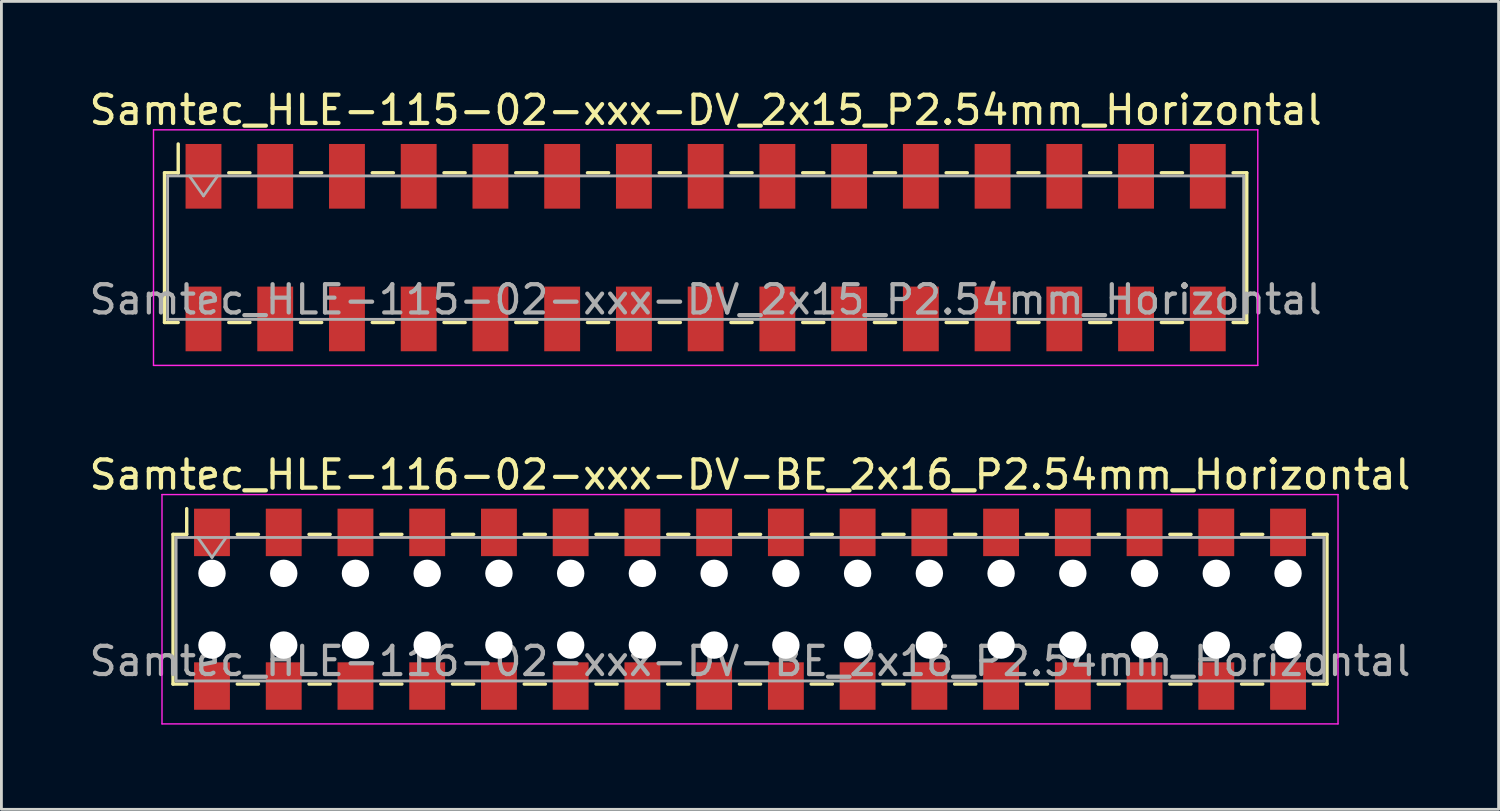
<source format=kicad_pcb>
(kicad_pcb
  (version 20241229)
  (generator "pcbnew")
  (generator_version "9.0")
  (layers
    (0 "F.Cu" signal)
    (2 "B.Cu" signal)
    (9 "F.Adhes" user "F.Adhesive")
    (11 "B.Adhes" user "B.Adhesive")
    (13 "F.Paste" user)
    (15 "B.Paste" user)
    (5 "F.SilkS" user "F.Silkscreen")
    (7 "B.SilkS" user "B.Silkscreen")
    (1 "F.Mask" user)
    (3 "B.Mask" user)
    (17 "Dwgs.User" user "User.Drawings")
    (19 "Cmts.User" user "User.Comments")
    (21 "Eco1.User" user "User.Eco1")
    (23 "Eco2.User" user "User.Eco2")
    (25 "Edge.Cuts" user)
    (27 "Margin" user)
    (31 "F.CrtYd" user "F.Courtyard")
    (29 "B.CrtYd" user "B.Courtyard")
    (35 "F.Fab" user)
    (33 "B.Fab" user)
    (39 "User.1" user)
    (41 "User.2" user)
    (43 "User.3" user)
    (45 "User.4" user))
  (footprint "Samtec_HLE-115-02-xxx-DV_2x15_P2.54mm_Horizontal"
    (layer "F.Cu")
    (at 21.935 5.718)
    (property "Reference" "Samtec_HLE-115-02-xxx-DV_2x15_P2.54mm_Horizontal" (at 0 -4.87 0) (layer "F.SilkS") (effects (font (size 1 1) (thickness 0.15))))
    (attr smd)
    (fp_line (start -19.16 -2.65) (end -19.16 2.65) (stroke (width 0.12) (type solid)) (layer "F.SilkS"))
    (fp_line (start -19.16 2.65) (end -18.675 2.65) (stroke (width 0.12) (type solid)) (layer "F.SilkS"))
    (fp_line (start -18.675 -3.67) (end -18.675 -2.65) (stroke (width 0.12) (type solid)) (layer "F.SilkS"))
    (fp_line (start -18.675 -2.65) (end -19.16 -2.65) (stroke (width 0.12) (type solid)) (layer "F.SilkS"))
    (fp_line (start -16.885 -2.65) (end -16.135 -2.65) (stroke (width 0.12) (type solid)) (layer "F.SilkS"))
    (fp_line (start -16.885 2.65) (end -16.135 2.65) (stroke (width 0.12) (type solid)) (layer "F.SilkS"))
    (fp_line (start -14.345 -2.65) (end -13.595 -2.65) (stroke (width 0.12) (type solid)) (layer "F.SilkS"))
    (fp_line (start -14.345 2.65) (end -13.595 2.65) (stroke (width 0.12) (type solid)) (layer "F.SilkS"))
    (fp_line (start -11.805 -2.65) (end -11.055 -2.65) (stroke (width 0.12) (type solid)) (layer "F.SilkS"))
    (fp_line (start -11.805 2.65) (end -11.055 2.65) (stroke (width 0.12) (type solid)) (layer "F.SilkS"))
    (fp_line (start -9.265 -2.65) (end -8.515 -2.65) (stroke (width 0.12) (type solid)) (layer "F.SilkS"))
    (fp_line (start -9.265 2.65) (end -8.515 2.65) (stroke (width 0.12) (type solid)) (layer "F.SilkS"))
    (fp_line (start -6.725 -2.65) (end -5.975 -2.65) (stroke (width 0.12) (type solid)) (layer "F.SilkS"))
    (fp_line (start -6.725 2.65) (end -5.975 2.65) (stroke (width 0.12) (type solid)) (layer "F.SilkS"))
    (fp_line (start -4.185 -2.65) (end -3.435 -2.65) (stroke (width 0.12) (type solid)) (layer "F.SilkS"))
    (fp_line (start -4.185 2.65) (end -3.435 2.65) (stroke (width 0.12) (type solid)) (layer "F.SilkS"))
    (fp_line (start -1.645 -2.65) (end -0.895 -2.65) (stroke (width 0.12) (type solid)) (layer "F.SilkS"))
    (fp_line (start -1.645 2.65) (end -0.895 2.65) (stroke (width 0.12) (type solid)) (layer "F.SilkS"))
    (fp_line (start 0.895 -2.65) (end 1.645 -2.65) (stroke (width 0.12) (type solid)) (layer "F.SilkS"))
    (fp_line (start 0.895 2.65) (end 1.645 2.65) (stroke (width 0.12) (type solid)) (layer "F.SilkS"))
    (fp_line (start 3.435 -2.65) (end 4.185 -2.65) (stroke (width 0.12) (type solid)) (layer "F.SilkS"))
    (fp_line (start 3.435 2.65) (end 4.185 2.65) (stroke (width 0.12) (type solid)) (layer "F.SilkS"))
    (fp_line (start 5.975 -2.65) (end 6.725 -2.65) (stroke (width 0.12) (type solid)) (layer "F.SilkS"))
    (fp_line (start 5.975 2.65) (end 6.725 2.65) (stroke (width 0.12) (type solid)) (layer "F.SilkS"))
    (fp_line (start 8.515 -2.65) (end 9.265 -2.65) (stroke (width 0.12) (type solid)) (layer "F.SilkS"))
    (fp_line (start 8.515 2.65) (end 9.265 2.65) (stroke (width 0.12) (type solid)) (layer "F.SilkS"))
    (fp_line (start 11.055 -2.65) (end 11.805 -2.65) (stroke (width 0.12) (type solid)) (layer "F.SilkS"))
    (fp_line (start 11.055 2.65) (end 11.805 2.65) (stroke (width 0.12) (type solid)) (layer "F.SilkS"))
    (fp_line (start 13.595 -2.65) (end 14.345 -2.65) (stroke (width 0.12) (type solid)) (layer "F.SilkS"))
    (fp_line (start 13.595 2.65) (end 14.345 2.65) (stroke (width 0.12) (type solid)) (layer "F.SilkS"))
    (fp_line (start 16.135 -2.65) (end 16.885 -2.65) (stroke (width 0.12) (type solid)) (layer "F.SilkS"))
    (fp_line (start 16.135 2.65) (end 16.885 2.65) (stroke (width 0.12) (type solid)) (layer "F.SilkS"))
    (fp_line (start 18.675 -2.65) (end 19.16 -2.65) (stroke (width 0.12) (type solid)) (layer "F.SilkS"))
    (fp_line (start 19.16 -2.65) (end 19.16 2.65) (stroke (width 0.12) (type solid)) (layer "F.SilkS"))
    (fp_line (start 19.16 2.65) (end 18.675 2.65) (stroke (width 0.12) (type solid)) (layer "F.SilkS"))
    (fp_line (start -19.55 -4.17) (end 19.55 -4.17) (stroke (width 0.05) (type solid)) (layer "F.CrtYd"))
    (fp_line (start -19.55 4.17) (end -19.55 -4.17) (stroke (width 0.05) (type solid)) (layer "F.CrtYd"))
    (fp_line (start 19.55 -4.17) (end 19.55 4.17) (stroke (width 0.05) (type solid)) (layer "F.CrtYd"))
    (fp_line (start 19.55 4.17) (end -19.55 4.17) (stroke (width 0.05) (type solid)) (layer "F.CrtYd"))
    (fp_line (start -19.05 -2.54) (end 19.05 -2.54) (stroke (width 0.1) (type solid)) (layer "F.Fab"))
    (fp_line (start -19.05 2.54) (end -19.05 -2.54) (stroke (width 0.1) (type solid)) (layer "F.Fab"))
    (fp_line (start -18.28 -2.54) (end -17.78 -1.833) (stroke (width 0.1) (type solid)) (layer "F.Fab"))
    (fp_line (start -17.78 -1.833) (end -17.28 -2.54) (stroke (width 0.1) (type solid)) (layer "F.Fab"))
    (fp_line (start 19.05 -2.54) (end 19.05 2.54) (stroke (width 0.1) (type solid)) (layer "F.Fab"))
    (fp_line (start 19.05 2.54) (end -19.05 2.54) (stroke (width 0.1) (type solid)) (layer "F.Fab"))
    (fp_text user "${REFERENCE}" (at 0 1.84 0) (layer "F.Fab") (effects (font (size 1 1) (thickness 0.15))))
    (pad "1" smd rect (at -17.78 -2.525) (size 1.27 2.29) (layers "F.Cu" "F.Mask" "F.Paste"))
    (pad "2" smd rect (at -17.78 2.525) (size 1.27 2.29) (layers "F.Cu" "F.Mask" "F.Paste"))
    (pad "3" smd rect (at -15.24 -2.525) (size 1.27 2.29) (layers "F.Cu" "F.Mask" "F.Paste"))
    (pad "4" smd rect (at -15.24 2.525) (size 1.27 2.29) (layers "F.Cu" "F.Mask" "F.Paste"))
    (pad "5" smd rect (at -12.7 -2.525) (size 1.27 2.29) (layers "F.Cu" "F.Mask" "F.Paste"))
    (pad "6" smd rect (at -12.7 2.525) (size 1.27 2.29) (layers "F.Cu" "F.Mask" "F.Paste"))
    (pad "7" smd rect (at -10.16 -2.525) (size 1.27 2.29) (layers "F.Cu" "F.Mask" "F.Paste"))
    (pad "8" smd rect (at -10.16 2.525) (size 1.27 2.29) (layers "F.Cu" "F.Mask" "F.Paste"))
    (pad "9" smd rect (at -7.62 -2.525) (size 1.27 2.29) (layers "F.Cu" "F.Mask" "F.Paste"))
    (pad "10" smd rect (at -7.62 2.525) (size 1.27 2.29) (layers "F.Cu" "F.Mask" "F.Paste"))
    (pad "11" smd rect (at -5.08 -2.525) (size 1.27 2.29) (layers "F.Cu" "F.Mask" "F.Paste"))
    (pad "12" smd rect (at -5.08 2.525) (size 1.27 2.29) (layers "F.Cu" "F.Mask" "F.Paste"))
    (pad "13" smd rect (at -2.54 -2.525) (size 1.27 2.29) (layers "F.Cu" "F.Mask" "F.Paste"))
    (pad "14" smd rect (at -2.54 2.525) (size 1.27 2.29) (layers "F.Cu" "F.Mask" "F.Paste"))
    (pad "15" smd rect (at 0 -2.525) (size 1.27 2.29) (layers "F.Cu" "F.Mask" "F.Paste"))
    (pad "16" smd rect (at 0 2.525) (size 1.27 2.29) (layers "F.Cu" "F.Mask" "F.Paste"))
    (pad "17" smd rect (at 2.54 -2.525) (size 1.27 2.29) (layers "F.Cu" "F.Mask" "F.Paste"))
    (pad "18" smd rect (at 2.54 2.525) (size 1.27 2.29) (layers "F.Cu" "F.Mask" "F.Paste"))
    (pad "19" smd rect (at 5.08 -2.525) (size 1.27 2.29) (layers "F.Cu" "F.Mask" "F.Paste"))
    (pad "20" smd rect (at 5.08 2.525) (size 1.27 2.29) (layers "F.Cu" "F.Mask" "F.Paste"))
    (pad "21" smd rect (at 7.62 -2.525) (size 1.27 2.29) (layers "F.Cu" "F.Mask" "F.Paste"))
    (pad "22" smd rect (at 7.62 2.525) (size 1.27 2.29) (layers "F.Cu" "F.Mask" "F.Paste"))
    (pad "23" smd rect (at 10.16 -2.525) (size 1.27 2.29) (layers "F.Cu" "F.Mask" "F.Paste"))
    (pad "24" smd rect (at 10.16 2.525) (size 1.27 2.29) (layers "F.Cu" "F.Mask" "F.Paste"))
    (pad "25" smd rect (at 12.7 -2.525) (size 1.27 2.29) (layers "F.Cu" "F.Mask" "F.Paste"))
    (pad "26" smd rect (at 12.7 2.525) (size 1.27 2.29) (layers "F.Cu" "F.Mask" "F.Paste"))
    (pad "27" smd rect (at 15.24 -2.525) (size 1.27 2.29) (layers "F.Cu" "F.Mask" "F.Paste"))
    (pad "28" smd rect (at 15.24 2.525) (size 1.27 2.29) (layers "F.Cu" "F.Mask" "F.Paste"))
    (pad "29" smd rect (at 17.78 -2.525) (size 1.27 2.29) (layers "F.Cu" "F.Mask" "F.Paste"))
    (pad "30" smd rect (at 17.78 2.525) (size 1.27 2.29) (layers "F.Cu" "F.Mask" "F.Paste")))
  (footprint "Samtec_HLE-116-02-xxx-DV-BE_2x16_P2.54mm_Horizontal"
    (layer "F.Cu")
    (at 23.506 18.521)
    (property "Reference" "Samtec_HLE-116-02-xxx-DV-BE_2x16_P2.54mm_Horizontal" (at 0 -4.76 0) (layer "F.SilkS") (effects (font (size 1 1) (thickness 0.15))))
    (attr smd)
    (fp_line (start -20.43 -2.65) (end -20.43 2.65) (stroke (width 0.12) (type solid)) (layer "F.SilkS"))
    (fp_line (start -20.43 2.65) (end -19.945 2.65) (stroke (width 0.12) (type solid)) (layer "F.SilkS"))
    (fp_line (start -19.945 -3.56) (end -19.945 -2.65) (stroke (width 0.12) (type solid)) (layer "F.SilkS"))
    (fp_line (start -19.945 -2.65) (end -20.43 -2.65) (stroke (width 0.12) (type solid)) (layer "F.SilkS"))
    (fp_line (start -18.155 -2.65) (end -17.405 -2.65) (stroke (width 0.12) (type solid)) (layer "F.SilkS"))
    (fp_line (start -18.155 2.65) (end -17.405 2.65) (stroke (width 0.12) (type solid)) (layer "F.SilkS"))
    (fp_line (start -15.615 -2.65) (end -14.865 -2.65) (stroke (width 0.12) (type solid)) (layer "F.SilkS"))
    (fp_line (start -15.615 2.65) (end -14.865 2.65) (stroke (width 0.12) (type solid)) (layer "F.SilkS"))
    (fp_line (start -13.075 -2.65) (end -12.325 -2.65) (stroke (width 0.12) (type solid)) (layer "F.SilkS"))
    (fp_line (start -13.075 2.65) (end -12.325 2.65) (stroke (width 0.12) (type solid)) (layer "F.SilkS"))
    (fp_line (start -10.535 -2.65) (end -9.785 -2.65) (stroke (width 0.12) (type solid)) (layer "F.SilkS"))
    (fp_line (start -10.535 2.65) (end -9.785 2.65) (stroke (width 0.12) (type solid)) (layer "F.SilkS"))
    (fp_line (start -7.995 -2.65) (end -7.245 -2.65) (stroke (width 0.12) (type solid)) (layer "F.SilkS"))
    (fp_line (start -7.995 2.65) (end -7.245 2.65) (stroke (width 0.12) (type solid)) (layer "F.SilkS"))
    (fp_line (start -5.455 -2.65) (end -4.705 -2.65) (stroke (width 0.12) (type solid)) (layer "F.SilkS"))
    (fp_line (start -5.455 2.65) (end -4.705 2.65) (stroke (width 0.12) (type solid)) (layer "F.SilkS"))
    (fp_line (start -2.915 -2.65) (end -2.165 -2.65) (stroke (width 0.12) (type solid)) (layer "F.SilkS"))
    (fp_line (start -2.915 2.65) (end -2.165 2.65) (stroke (width 0.12) (type solid)) (layer "F.SilkS"))
    (fp_line (start -0.375 -2.65) (end 0.375 -2.65) (stroke (width 0.12) (type solid)) (layer "F.SilkS"))
    (fp_line (start -0.375 2.65) (end 0.375 2.65) (stroke (width 0.12) (type solid)) (layer "F.SilkS"))
    (fp_line (start 2.165 -2.65) (end 2.915 -2.65) (stroke (width 0.12) (type solid)) (layer "F.SilkS"))
    (fp_line (start 2.165 2.65) (end 2.915 2.65) (stroke (width 0.12) (type solid)) (layer "F.SilkS"))
    (fp_line (start 4.705 -2.65) (end 5.455 -2.65) (stroke (width 0.12) (type solid)) (layer "F.SilkS"))
    (fp_line (start 4.705 2.65) (end 5.455 2.65) (stroke (width 0.12) (type solid)) (layer "F.SilkS"))
    (fp_line (start 7.245 -2.65) (end 7.995 -2.65) (stroke (width 0.12) (type solid)) (layer "F.SilkS"))
    (fp_line (start 7.245 2.65) (end 7.995 2.65) (stroke (width 0.12) (type solid)) (layer "F.SilkS"))
    (fp_line (start 9.785 -2.65) (end 10.535 -2.65) (stroke (width 0.12) (type solid)) (layer "F.SilkS"))
    (fp_line (start 9.785 2.65) (end 10.535 2.65) (stroke (width 0.12) (type solid)) (layer "F.SilkS"))
    (fp_line (start 12.325 -2.65) (end 13.075 -2.65) (stroke (width 0.12) (type solid)) (layer "F.SilkS"))
    (fp_line (start 12.325 2.65) (end 13.075 2.65) (stroke (width 0.12) (type solid)) (layer "F.SilkS"))
    (fp_line (start 14.865 -2.65) (end 15.615 -2.65) (stroke (width 0.12) (type solid)) (layer "F.SilkS"))
    (fp_line (start 14.865 2.65) (end 15.615 2.65) (stroke (width 0.12) (type solid)) (layer "F.SilkS"))
    (fp_line (start 17.405 -2.65) (end 18.155 -2.65) (stroke (width 0.12) (type solid)) (layer "F.SilkS"))
    (fp_line (start 17.405 2.65) (end 18.155 2.65) (stroke (width 0.12) (type solid)) (layer "F.SilkS"))
    (fp_line (start 19.945 -2.65) (end 20.43 -2.65) (stroke (width 0.12) (type solid)) (layer "F.SilkS"))
    (fp_line (start 20.43 -2.65) (end 20.43 2.65) (stroke (width 0.12) (type solid)) (layer "F.SilkS"))
    (fp_line (start 20.43 2.65) (end 19.945 2.65) (stroke (width 0.12) (type solid)) (layer "F.SilkS"))
    (fp_line (start -20.82 -4.06) (end 20.82 -4.06) (stroke (width 0.05) (type solid)) (layer "F.CrtYd"))
    (fp_line (start -20.82 4.06) (end -20.82 -4.06) (stroke (width 0.05) (type solid)) (layer "F.CrtYd"))
    (fp_line (start 20.82 -4.06) (end 20.82 4.06) (stroke (width 0.05) (type solid)) (layer "F.CrtYd"))
    (fp_line (start 20.82 4.06) (end -20.82 4.06) (stroke (width 0.05) (type solid)) (layer "F.CrtYd"))
    (fp_line (start -20.32 -2.54) (end 20.32 -2.54) (stroke (width 0.1) (type solid)) (layer "F.Fab"))
    (fp_line (start -20.32 2.54) (end -20.32 -2.54) (stroke (width 0.1) (type solid)) (layer "F.Fab"))
    (fp_line (start -19.55 -2.54) (end -19.05 -1.833) (stroke (width 0.1) (type solid)) (layer "F.Fab"))
    (fp_line (start -19.05 -1.833) (end -18.55 -2.54) (stroke (width 0.1) (type solid)) (layer "F.Fab"))
    (fp_line (start 20.32 -2.54) (end 20.32 2.54) (stroke (width 0.1) (type solid)) (layer "F.Fab"))
    (fp_line (start 20.32 2.54) (end -20.32 2.54) (stroke (width 0.1) (type solid)) (layer "F.Fab"))
    (fp_text user "${REFERENCE}" (at 0 1.84 0) (layer "F.Fab") (effects (font (size 1 1) (thickness 0.15))))
    (pad "" np_thru_hole circle (at -19.05 -1.27) (size 0.97 0.97) (drill 0.97) (layers "*.Cu" "*.Mask"))
    (pad "" np_thru_hole circle (at -19.05 1.27) (size 0.97 0.97) (drill 0.97) (layers "*.Cu" "*.Mask"))
    (pad "" np_thru_hole circle (at -16.51 -1.27) (size 0.97 0.97) (drill 0.97) (layers "*.Cu" "*.Mask"))
    (pad "" np_thru_hole circle (at -16.51 1.27) (size 0.97 0.97) (drill 0.97) (layers "*.Cu" "*.Mask"))
    (pad "" np_thru_hole circle (at -13.97 -1.27) (size 0.97 0.97) (drill 0.97) (layers "*.Cu" "*.Mask"))
    (pad "" np_thru_hole circle (at -13.97 1.27) (size 0.97 0.97) (drill 0.97) (layers "*.Cu" "*.Mask"))
    (pad "" np_thru_hole circle (at -11.43 -1.27) (size 0.97 0.97) (drill 0.97) (layers "*.Cu" "*.Mask"))
    (pad "" np_thru_hole circle (at -11.43 1.27) (size 0.97 0.97) (drill 0.97) (layers "*.Cu" "*.Mask"))
    (pad "" np_thru_hole circle (at -8.89 -1.27) (size 0.97 0.97) (drill 0.97) (layers "*.Cu" "*.Mask"))
    (pad "" np_thru_hole circle (at -8.89 1.27) (size 0.97 0.97) (drill 0.97) (layers "*.Cu" "*.Mask"))
    (pad "" np_thru_hole circle (at -6.35 -1.27) (size 0.97 0.97) (drill 0.97) (layers "*.Cu" "*.Mask"))
    (pad "" np_thru_hole circle (at -6.35 1.27) (size 0.97 0.97) (drill 0.97) (layers "*.Cu" "*.Mask"))
    (pad "" np_thru_hole circle (at -3.81 -1.27) (size 0.97 0.97) (drill 0.97) (layers "*.Cu" "*.Mask"))
    (pad "" np_thru_hole circle (at -3.81 1.27) (size 0.97 0.97) (drill 0.97) (layers "*.Cu" "*.Mask"))
    (pad "" np_thru_hole circle (at -1.27 -1.27) (size 0.97 0.97) (drill 0.97) (layers "*.Cu" "*.Mask"))
    (pad "" np_thru_hole circle (at -1.27 1.27) (size 0.97 0.97) (drill 0.97) (layers "*.Cu" "*.Mask"))
    (pad "" np_thru_hole circle (at 1.27 -1.27) (size 0.97 0.97) (drill 0.97) (layers "*.Cu" "*.Mask"))
    (pad "" np_thru_hole circle (at 1.27 1.27) (size 0.97 0.97) (drill 0.97) (layers "*.Cu" "*.Mask"))
    (pad "" np_thru_hole circle (at 3.81 -1.27) (size 0.97 0.97) (drill 0.97) (layers "*.Cu" "*.Mask"))
    (pad "" np_thru_hole circle (at 3.81 1.27) (size 0.97 0.97) (drill 0.97) (layers "*.Cu" "*.Mask"))
    (pad "" np_thru_hole circle (at 6.35 -1.27) (size 0.97 0.97) (drill 0.97) (layers "*.Cu" "*.Mask"))
    (pad "" np_thru_hole circle (at 6.35 1.27) (size 0.97 0.97) (drill 0.97) (layers "*.Cu" "*.Mask"))
    (pad "" np_thru_hole circle (at 8.89 -1.27) (size 0.97 0.97) (drill 0.97) (layers "*.Cu" "*.Mask"))
    (pad "" np_thru_hole circle (at 8.89 1.27) (size 0.97 0.97) (drill 0.97) (layers "*.Cu" "*.Mask"))
    (pad "" np_thru_hole circle (at 11.43 -1.27) (size 0.97 0.97) (drill 0.97) (layers "*.Cu" "*.Mask"))
    (pad "" np_thru_hole circle (at 11.43 1.27) (size 0.97 0.97) (drill 0.97) (layers "*.Cu" "*.Mask"))
    (pad "" np_thru_hole circle (at 13.97 -1.27) (size 0.97 0.97) (drill 0.97) (layers "*.Cu" "*.Mask"))
    (pad "" np_thru_hole circle (at 13.97 1.27) (size 0.97 0.97) (drill 0.97) (layers "*.Cu" "*.Mask"))
    (pad "" np_thru_hole circle (at 16.51 -1.27) (size 0.97 0.97) (drill 0.97) (layers "*.Cu" "*.Mask"))
    (pad "" np_thru_hole circle (at 16.51 1.27) (size 0.97 0.97) (drill 0.97) (layers "*.Cu" "*.Mask"))
    (pad "" np_thru_hole circle (at 19.05 -1.27) (size 0.97 0.97) (drill 0.97) (layers "*.Cu" "*.Mask"))
    (pad "" np_thru_hole circle (at 19.05 1.27) (size 0.97 0.97) (drill 0.97) (layers "*.Cu" "*.Mask"))
    (pad "1" smd rect (at -19.05 -2.72) (size 1.27 1.68) (layers "F.Cu" "F.Mask" "F.Paste"))
    (pad "2" smd rect (at -19.05 2.72) (size 1.27 1.68) (layers "F.Cu" "F.Mask" "F.Paste"))
    (pad "3" smd rect (at -16.51 -2.72) (size 1.27 1.68) (layers "F.Cu" "F.Mask" "F.Paste"))
    (pad "4" smd rect (at -16.51 2.72) (size 1.27 1.68) (layers "F.Cu" "F.Mask" "F.Paste"))
    (pad "5" smd rect (at -13.97 -2.72) (size 1.27 1.68) (layers "F.Cu" "F.Mask" "F.Paste"))
    (pad "6" smd rect (at -13.97 2.72) (size 1.27 1.68) (layers "F.Cu" "F.Mask" "F.Paste"))
    (pad "7" smd rect (at -11.43 -2.72) (size 1.27 1.68) (layers "F.Cu" "F.Mask" "F.Paste"))
    (pad "8" smd rect (at -11.43 2.72) (size 1.27 1.68) (layers "F.Cu" "F.Mask" "F.Paste"))
    (pad "9" smd rect (at -8.89 -2.72) (size 1.27 1.68) (layers "F.Cu" "F.Mask" "F.Paste"))
    (pad "10" smd rect (at -8.89 2.72) (size 1.27 1.68) (layers "F.Cu" "F.Mask" "F.Paste"))
    (pad "11" smd rect (at -6.35 -2.72) (size 1.27 1.68) (layers "F.Cu" "F.Mask" "F.Paste"))
    (pad "12" smd rect (at -6.35 2.72) (size 1.27 1.68) (layers "F.Cu" "F.Mask" "F.Paste"))
    (pad "13" smd rect (at -3.81 -2.72) (size 1.27 1.68) (layers "F.Cu" "F.Mask" "F.Paste"))
    (pad "14" smd rect (at -3.81 2.72) (size 1.27 1.68) (layers "F.Cu" "F.Mask" "F.Paste"))
    (pad "15" smd rect (at -1.27 -2.72) (size 1.27 1.68) (layers "F.Cu" "F.Mask" "F.Paste"))
    (pad "16" smd rect (at -1.27 2.72) (size 1.27 1.68) (layers "F.Cu" "F.Mask" "F.Paste"))
    (pad "17" smd rect (at 1.27 -2.72) (size 1.27 1.68) (layers "F.Cu" "F.Mask" "F.Paste"))
    (pad "18" smd rect (at 1.27 2.72) (size 1.27 1.68) (layers "F.Cu" "F.Mask" "F.Paste"))
    (pad "19" smd rect (at 3.81 -2.72) (size 1.27 1.68) (layers "F.Cu" "F.Mask" "F.Paste"))
    (pad "20" smd rect (at 3.81 2.72) (size 1.27 1.68) (layers "F.Cu" "F.Mask" "F.Paste"))
    (pad "21" smd rect (at 6.35 -2.72) (size 1.27 1.68) (layers "F.Cu" "F.Mask" "F.Paste"))
    (pad "22" smd rect (at 6.35 2.72) (size 1.27 1.68) (layers "F.Cu" "F.Mask" "F.Paste"))
    (pad "23" smd rect (at 8.89 -2.72) (size 1.27 1.68) (layers "F.Cu" "F.Mask" "F.Paste"))
    (pad "24" smd rect (at 8.89 2.72) (size 1.27 1.68) (layers "F.Cu" "F.Mask" "F.Paste"))
    (pad "25" smd rect (at 11.43 -2.72) (size 1.27 1.68) (layers "F.Cu" "F.Mask" "F.Paste"))
    (pad "26" smd rect (at 11.43 2.72) (size 1.27 1.68) (layers "F.Cu" "F.Mask" "F.Paste"))
    (pad "27" smd rect (at 13.97 -2.72) (size 1.27 1.68) (layers "F.Cu" "F.Mask" "F.Paste"))
    (pad "28" smd rect (at 13.97 2.72) (size 1.27 1.68) (layers "F.Cu" "F.Mask" "F.Paste"))
    (pad "29" smd rect (at 16.51 -2.72) (size 1.27 1.68) (layers "F.Cu" "F.Mask" "F.Paste"))
    (pad "30" smd rect (at 16.51 2.72) (size 1.27 1.68) (layers "F.Cu" "F.Mask" "F.Paste"))
    (pad "31" smd rect (at 19.05 -2.72) (size 1.27 1.68) (layers "F.Cu" "F.Mask" "F.Paste"))
    (pad "32" smd rect (at 19.05 2.72) (size 1.27 1.68) (layers "F.Cu" "F.Mask" "F.Paste")))
  (gr_rect
    (start -3 -3)
    (end 50.012 25.607)
    (stroke (width 0.1) (type default))
    (fill no)
    (layer "Edge.Cuts")))
</source>
